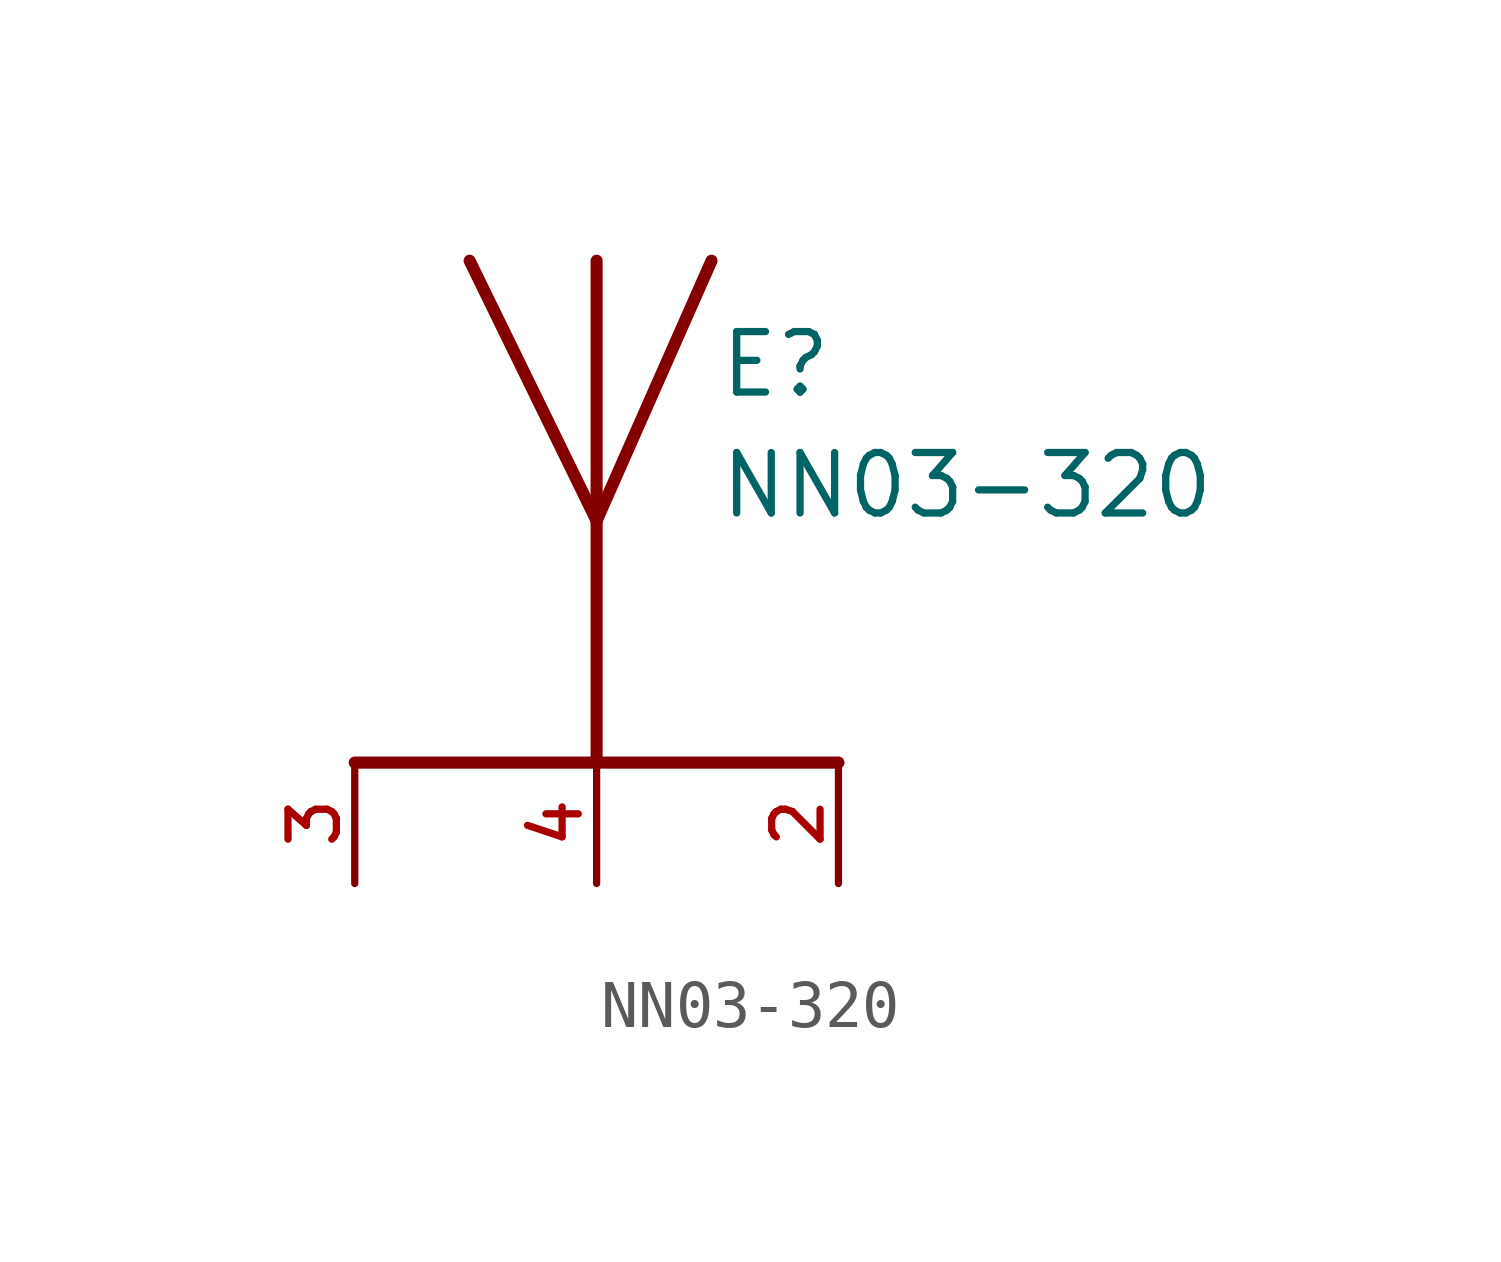
<source format=kicad_sym>
(kicad_symbol_lib
  (version 20211014)
  (generator kicad_symbol_editor)
  (symbol "NN03-320"
    (pin_names
      (offset 1.016))
    (property "Reference" "E"
      (at 2.54 5.08 0)
      (effects (font (size 1.27 1.27)) (justify bottom left)))
    (property "Value" "NN03-320"
      (at 2.54 2.54 0)
      (effects (font (size 1.27 1.27)) (justify bottom left)))
    (symbol "NN03-320_0_0"
      (polyline (pts (xy 2.413 8.001) (xy 0.0 2.54)) (stroke (width 0.254)))
      (polyline (pts (xy 0.0 2.54) (xy -2.667 8.001)) (stroke (width 0.254)))
      (polyline (pts (xy 0.0 8.001) (xy 0.0 2.54)) (stroke (width 0.254)))
      (polyline (pts (xy 0.0 2.54) (xy 0.0 -2.54)) (stroke (width 0.254)))
      (polyline (pts (xy -5.08 -2.54) (xy 5.08 -2.54)) (stroke (width 0.254)))
      (pin input line (at 0.0 -5.08 90.0) (length 2.54) (name "~" (effects (font (size 1.016 1.016)))) (number "4" (effects (font (size 1.016 1.016)))))
      (pin input line (at -5.08 -5.08 90.0) (length 2.54) (name "~" (effects (font (size 1.016 1.016)))) (number "3" (effects (font (size 1.016 1.016)))))
      (pin power_in line (at 5.08 -5.08 90.0) (length 2.54) (name "~" (effects (font (size 1.016 1.016)))) (number "2" (effects (font (size 1.016 1.016))))))))
</source>
